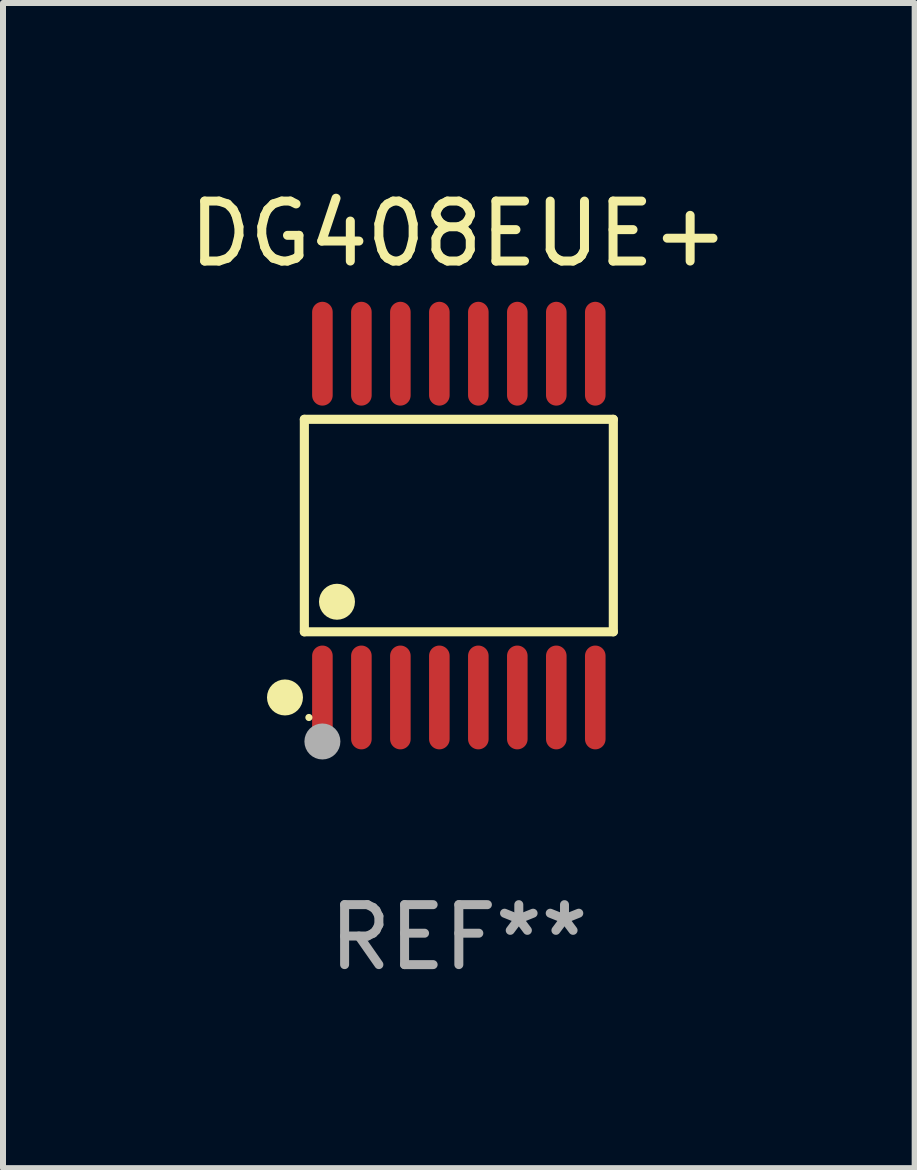
<source format=kicad_pcb>
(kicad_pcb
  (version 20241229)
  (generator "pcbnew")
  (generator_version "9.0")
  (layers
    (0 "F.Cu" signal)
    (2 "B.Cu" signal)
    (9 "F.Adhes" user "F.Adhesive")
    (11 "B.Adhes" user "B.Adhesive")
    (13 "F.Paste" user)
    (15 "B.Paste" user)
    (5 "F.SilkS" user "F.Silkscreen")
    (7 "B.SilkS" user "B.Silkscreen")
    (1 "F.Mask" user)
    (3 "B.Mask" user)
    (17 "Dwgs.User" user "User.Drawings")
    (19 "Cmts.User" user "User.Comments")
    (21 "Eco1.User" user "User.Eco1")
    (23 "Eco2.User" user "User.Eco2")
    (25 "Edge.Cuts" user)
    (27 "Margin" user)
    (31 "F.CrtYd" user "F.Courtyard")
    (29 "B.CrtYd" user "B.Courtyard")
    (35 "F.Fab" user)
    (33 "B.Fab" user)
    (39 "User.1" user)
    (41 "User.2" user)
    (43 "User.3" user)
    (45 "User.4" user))
  (footprint "DG408EUE+"
    (layer "F.Cu")
    (at 4.601 5.714)
    (property "Reference" "DG408EUE+" (at 0 -4.866 0) (layer "F.SilkS") (effects (font (size 1 1) (thickness 0.15))))
    (attr through_hole)
    (fp_line (start -2.576 -1.772) (end 2.576 -1.772) (stroke (width 0.152) (type solid)) (layer "F.SilkS"))
    (fp_line (start -2.576 1.771) (end -2.576 -1.772) (stroke (width 0.152) (type solid)) (layer "F.SilkS"))
    (fp_line (start 2.576 -1.772) (end 2.576 1.771) (stroke (width 0.152) (type solid)) (layer "F.SilkS"))
    (fp_line (start 2.576 1.771) (end -2.576 1.771) (stroke (width 0.152) (type solid)) (layer "F.SilkS"))
    (fp_circle (center -2.899 2.866) (end -2.749 2.866) (stroke (width 0.3) (type solid)) (fill no) (layer "F.SilkS"))
    (fp_circle (center -2.5 3.2) (end -2.47 3.2) (stroke (width 0.06) (type solid)) (fill no) (layer "F.SilkS"))
    (fp_circle (center -2.032 1.27) (end -1.882 1.27) (stroke (width 0.3) (type solid)) (fill no) (layer "F.SilkS"))
    (fp_circle (center -2.275 3.6) (end -2.125 3.6) (stroke (width 0.3) (type solid)) (fill no) (layer "F.Fab"))
    (fp_text user "REF**" (at 0 6.866 0) (layer "F.Fab") (effects (font (size 1 1) (thickness 0.15))))
    (pad "1" smd oval (at -2.275 2.866) (size 0.343 1.731) (layers "F.Cu" "F.Mask" "F.Paste"))
    (pad "2" smd oval (at -1.625 2.866) (size 0.343 1.731) (layers "F.Cu" "F.Mask" "F.Paste"))
    (pad "3" smd oval (at -0.975 2.866) (size 0.343 1.731) (layers "F.Cu" "F.Mask" "F.Paste"))
    (pad "4" smd oval (at -0.325 2.866) (size 0.343 1.731) (layers "F.Cu" "F.Mask" "F.Paste"))
    (pad "5" smd oval (at 0.325 2.866) (size 0.343 1.731) (layers "F.Cu" "F.Mask" "F.Paste"))
    (pad "6" smd oval (at 0.975 2.866) (size 0.343 1.731) (layers "F.Cu" "F.Mask" "F.Paste"))
    (pad "7" smd oval (at 1.625 2.866) (size 0.343 1.731) (layers "F.Cu" "F.Mask" "F.Paste"))
    (pad "8" smd oval (at 2.275 2.866) (size 0.343 1.731) (layers "F.Cu" "F.Mask" "F.Paste"))
    (pad "9" smd oval (at 2.275 -2.866) (size 0.343 1.731) (layers "F.Cu" "F.Mask" "F.Paste"))
    (pad "10" smd oval (at 1.625 -2.866) (size 0.343 1.731) (layers "F.Cu" "F.Mask" "F.Paste"))
    (pad "11" smd oval (at 0.975 -2.866) (size 0.343 1.731) (layers "F.Cu" "F.Mask" "F.Paste"))
    (pad "12" smd oval (at 0.325 -2.866) (size 0.343 1.731) (layers "F.Cu" "F.Mask" "F.Paste"))
    (pad "13" smd oval (at -0.325 -2.866) (size 0.343 1.731) (layers "F.Cu" "F.Mask" "F.Paste"))
    (pad "14" smd oval (at -0.975 -2.866) (size 0.343 1.731) (layers "F.Cu" "F.Mask" "F.Paste"))
    (pad "15" smd oval (at -1.625 -2.866) (size 0.343 1.731) (layers "F.Cu" "F.Mask" "F.Paste"))
    (pad "16" smd oval (at -2.275 -2.866) (size 0.343 1.731) (layers "F.Cu" "F.Mask" "F.Paste")))
  (gr_rect
    (start -3 -3)
    (end 12.202 16.428)
    (stroke (width 0.1) (type default))
    (fill no)
    (layer "Edge.Cuts")))
</source>
